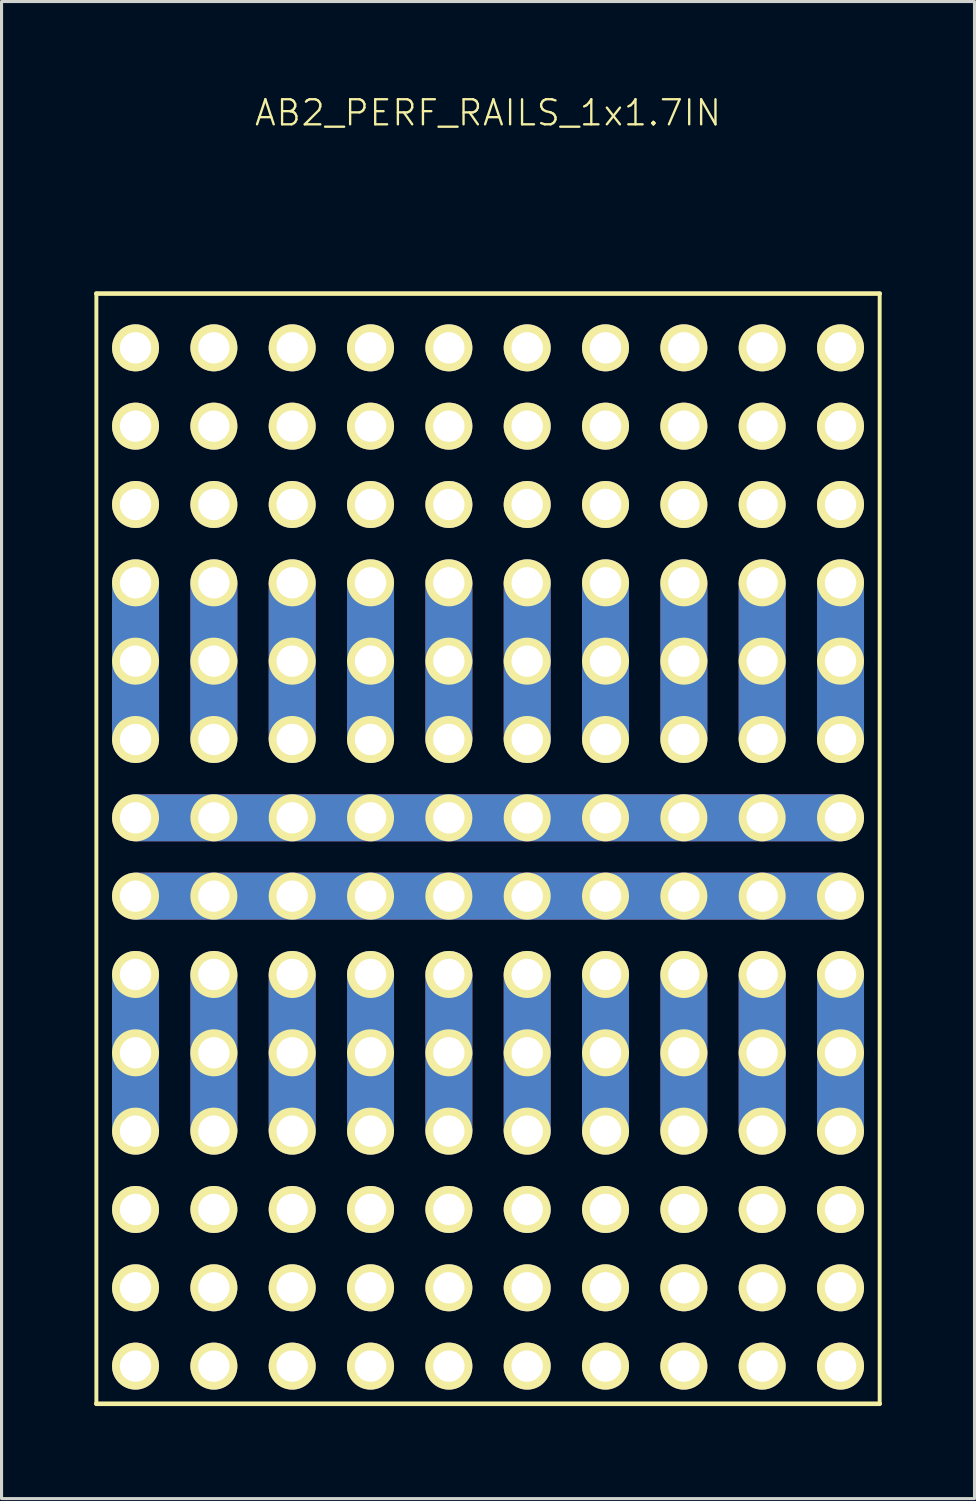
<source format=kicad_pcb>
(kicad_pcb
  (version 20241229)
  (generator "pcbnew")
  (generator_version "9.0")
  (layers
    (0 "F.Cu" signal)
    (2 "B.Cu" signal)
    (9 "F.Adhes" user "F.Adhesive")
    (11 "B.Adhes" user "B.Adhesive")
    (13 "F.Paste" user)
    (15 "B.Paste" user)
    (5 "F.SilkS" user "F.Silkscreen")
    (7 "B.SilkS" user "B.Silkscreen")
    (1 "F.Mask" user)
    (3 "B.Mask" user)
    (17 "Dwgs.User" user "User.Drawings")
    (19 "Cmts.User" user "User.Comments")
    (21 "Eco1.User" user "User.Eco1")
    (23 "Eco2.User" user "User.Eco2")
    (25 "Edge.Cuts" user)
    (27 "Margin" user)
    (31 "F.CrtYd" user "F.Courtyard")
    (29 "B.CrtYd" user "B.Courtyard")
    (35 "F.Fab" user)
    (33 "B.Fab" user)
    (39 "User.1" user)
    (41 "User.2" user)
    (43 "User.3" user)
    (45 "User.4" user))
  (footprint "AB2_PERF_RAILS_1x1.7IN"
    (layer "F.Cu")
    (at 12.775 23.469)
    (property "Reference" "AB2_PERF_RAILS_1x1.7IN" (at 0 -22.86 0) (layer "F.SilkS") (effects (font (size 0.813 0.813) (thickness 0.076))))
    (attr through_hole)
    (fp_line (start -12.7 -17) (end 12.7 -17) (stroke (width 0.15) (type solid)) (layer "F.SilkS"))
    (fp_line (start -12.7 19) (end -12.7 -17) (stroke (width 0.127) (type solid)) (layer "F.SilkS"))
    (fp_line (start -12.7 19) (end 12.7 19) (stroke (width 0.15) (type solid)) (layer "F.SilkS"))
    (fp_line (start 12.7 19) (end 12.7 -17) (stroke (width 0.127) (type solid)) (layer "F.SilkS"))
    (pad "1" thru_hole circle (at -11.43 17.78) (size 1.524 1.524) (drill 1.016) (layers "*.Cu" "*.Mask" "F.SilkS"))
    (pad "1" thru_hole circle (at -8.89 17.78) (size 1.524 1.524) (drill 1.016) (layers "*.Cu" "*.Mask" "F.SilkS"))
    (pad "1" thru_hole circle (at -6.35 17.78) (size 1.524 1.524) (drill 1.016) (layers "*.Cu" "*.Mask" "F.SilkS"))
    (pad "1" thru_hole circle (at -3.81 17.78) (size 1.524 1.524) (drill 1.016) (layers "*.Cu" "*.Mask" "F.SilkS"))
    (pad "1" thru_hole circle (at -1.27 17.78) (size 1.524 1.524) (drill 1.016) (layers "*.Cu" "*.Mask" "F.SilkS"))
    (pad "1" thru_hole circle (at 1.27 17.78) (size 1.524 1.524) (drill 1.016) (layers "*.Cu" "*.Mask" "F.SilkS"))
    (pad "1" thru_hole circle (at 3.81 17.78) (size 1.524 1.524) (drill 1.016) (layers "*.Cu" "*.Mask" "F.SilkS"))
    (pad "1" thru_hole circle (at 6.35 17.78) (size 1.524 1.524) (drill 1.016) (layers "*.Cu" "*.Mask" "F.SilkS"))
    (pad "1" thru_hole circle (at 8.89 17.78) (size 1.524 1.524) (drill 1.016) (layers "*.Cu" "*.Mask" "F.SilkS"))
    (pad "1" thru_hole circle (at 11.43 17.78) (size 1.524 1.524) (drill 1.016) (layers "*.Cu" "*.Mask" "F.SilkS"))
    (pad "2" thru_hole circle (at -11.43 15.24) (size 1.524 1.524) (drill 1.016) (layers "*.Cu" "*.Mask" "F.SilkS"))
    (pad "2" thru_hole circle (at -8.89 15.24) (size 1.524 1.524) (drill 1.016) (layers "*.Cu" "*.Mask" "F.SilkS"))
    (pad "2" thru_hole circle (at -6.35 15.24) (size 1.524 1.524) (drill 1.016) (layers "*.Cu" "*.Mask" "F.SilkS"))
    (pad "2" thru_hole circle (at -3.81 15.24) (size 1.524 1.524) (drill 1.016) (layers "*.Cu" "*.Mask" "F.SilkS"))
    (pad "2" thru_hole circle (at -1.27 15.24) (size 1.524 1.524) (drill 1.016) (layers "*.Cu" "*.Mask" "F.SilkS"))
    (pad "2" thru_hole circle (at 1.27 15.24) (size 1.524 1.524) (drill 1.016) (layers "*.Cu" "*.Mask" "F.SilkS"))
    (pad "2" thru_hole circle (at 3.81 15.24) (size 1.524 1.524) (drill 1.016) (layers "*.Cu" "*.Mask" "F.SilkS"))
    (pad "2" thru_hole circle (at 6.35 15.24) (size 1.524 1.524) (drill 1.016) (layers "*.Cu" "*.Mask" "F.SilkS"))
    (pad "2" thru_hole circle (at 8.89 15.24) (size 1.524 1.524) (drill 1.016) (layers "*.Cu" "*.Mask" "F.SilkS"))
    (pad "2" thru_hole circle (at 11.43 15.24) (size 1.524 1.524) (drill 1.016) (layers "*.Cu" "*.Mask" "F.SilkS"))
    (pad "3" thru_hole circle (at -11.43 12.7) (size 1.524 1.524) (drill 1.016) (layers "*.Cu" "*.Mask" "F.SilkS"))
    (pad "3" thru_hole circle (at -8.89 12.7) (size 1.524 1.524) (drill 1.016) (layers "*.Cu" "*.Mask" "F.SilkS"))
    (pad "3" thru_hole circle (at -6.35 12.7) (size 1.524 1.524) (drill 1.016) (layers "*.Cu" "*.Mask" "F.SilkS"))
    (pad "3" thru_hole circle (at -3.81 12.7) (size 1.524 1.524) (drill 1.016) (layers "*.Cu" "*.Mask" "F.SilkS"))
    (pad "3" thru_hole circle (at -1.27 12.7) (size 1.524 1.524) (drill 1.016) (layers "*.Cu" "*.Mask" "F.SilkS"))
    (pad "3" thru_hole circle (at 1.27 12.7) (size 1.524 1.524) (drill 1.016) (layers "*.Cu" "*.Mask" "F.SilkS"))
    (pad "3" thru_hole circle (at 3.81 12.7) (size 1.524 1.524) (drill 1.016) (layers "*.Cu" "*.Mask" "F.SilkS"))
    (pad "3" thru_hole circle (at 6.35 12.7) (size 1.524 1.524) (drill 1.016) (layers "*.Cu" "*.Mask" "F.SilkS"))
    (pad "3" thru_hole circle (at 8.89 12.7) (size 1.524 1.524) (drill 1.016) (layers "*.Cu" "*.Mask" "F.SilkS"))
    (pad "3" thru_hole circle (at 11.43 12.7) (size 1.524 1.524) (drill 1.016) (layers "*.Cu" "*.Mask" "F.SilkS"))
    (pad "4" thru_hole circle (at -11.43 5.08) (size 1.524 1.524) (drill 1.016) (layers "*.Cu" "*.Mask" "F.SilkS"))
    (pad "4" smd rect (at -11.43 6.35) (size 1.524 2.54) (layers "F.Cu" "F.Mask" "F.Paste"))
    (pad "4" smd rect (at -11.43 6.35) (size 1.524 2.54) (layers "B.Cu" "B.Mask" "B.Paste"))
    (pad "4" thru_hole circle (at -11.43 7.62) (size 1.524 1.524) (drill 1.016) (layers "*.Cu" "*.Mask" "F.SilkS"))
    (pad "4" smd rect (at -11.43 8.89) (size 1.524 2.54) (layers "F.Cu" "F.Mask" "F.Paste"))
    (pad "4" smd rect (at -11.43 8.89) (size 1.524 2.54) (layers "B.Cu" "B.Mask" "B.Paste"))
    (pad "4" thru_hole circle (at -11.43 10.16) (size 1.524 1.524) (drill 1.016) (layers "*.Cu" "*.Mask" "F.SilkS"))
    (pad "4" thru_hole circle (at -8.89 5.08) (size 1.524 1.524) (drill 1.016) (layers "*.Cu" "*.Mask" "F.SilkS"))
    (pad "4" smd rect (at -8.89 6.35) (size 1.524 2.54) (layers "F.Cu" "F.Mask" "F.Paste"))
    (pad "4" smd rect (at -8.89 6.35) (size 1.524 2.54) (layers "B.Cu" "B.Mask" "B.Paste"))
    (pad "4" thru_hole circle (at -8.89 7.62) (size 1.524 1.524) (drill 1.016) (layers "*.Cu" "*.Mask" "F.SilkS"))
    (pad "4" smd rect (at -8.89 8.89) (size 1.524 2.54) (layers "F.Cu" "F.Mask" "F.Paste"))
    (pad "4" smd rect (at -8.89 8.89) (size 1.524 2.54) (layers "B.Cu" "B.Mask" "B.Paste"))
    (pad "4" thru_hole circle (at -8.89 10.16) (size 1.524 1.524) (drill 1.016) (layers "*.Cu" "*.Mask" "F.SilkS"))
    (pad "4" thru_hole circle (at -6.35 5.08) (size 1.524 1.524) (drill 1.016) (layers "*.Cu" "*.Mask" "F.SilkS"))
    (pad "4" smd rect (at -6.35 6.35) (size 1.524 2.54) (layers "F.Cu" "F.Mask" "F.Paste"))
    (pad "4" smd rect (at -6.35 6.35) (size 1.524 2.54) (layers "B.Cu" "B.Mask" "B.Paste"))
    (pad "4" thru_hole circle (at -6.35 7.62) (size 1.524 1.524) (drill 1.016) (layers "*.Cu" "*.Mask" "F.SilkS"))
    (pad "4" smd rect (at -6.35 8.89) (size 1.524 2.54) (layers "F.Cu" "F.Mask" "F.Paste"))
    (pad "4" smd rect (at -6.35 8.89) (size 1.524 2.54) (layers "B.Cu" "B.Mask" "B.Paste"))
    (pad "4" thru_hole circle (at -6.35 10.16) (size 1.524 1.524) (drill 1.016) (layers "*.Cu" "*.Mask" "F.SilkS"))
    (pad "4" thru_hole circle (at -3.81 5.08) (size 1.524 1.524) (drill 1.016) (layers "*.Cu" "*.Mask" "F.SilkS"))
    (pad "4" smd rect (at -3.81 6.35) (size 1.524 2.54) (layers "F.Cu" "F.Mask" "F.Paste"))
    (pad "4" smd rect (at -3.81 6.35) (size 1.524 2.54) (layers "B.Cu" "B.Mask" "B.Paste"))
    (pad "4" thru_hole circle (at -3.81 7.62) (size 1.524 1.524) (drill 1.016) (layers "*.Cu" "*.Mask" "F.SilkS"))
    (pad "4" smd rect (at -3.81 8.89) (size 1.524 2.54) (layers "F.Cu" "F.Mask" "F.Paste"))
    (pad "4" smd rect (at -3.81 8.89) (size 1.524 2.54) (layers "B.Cu" "B.Mask" "B.Paste"))
    (pad "4" thru_hole circle (at -3.81 10.16) (size 1.524 1.524) (drill 1.016) (layers "*.Cu" "*.Mask" "F.SilkS"))
    (pad "4" thru_hole circle (at -1.27 5.08) (size 1.524 1.524) (drill 1.016) (layers "*.Cu" "*.Mask" "F.SilkS"))
    (pad "4" smd rect (at -1.27 6.35) (size 1.524 2.54) (layers "F.Cu" "F.Mask" "F.Paste"))
    (pad "4" smd rect (at -1.27 6.35) (size 1.524 2.54) (layers "B.Cu" "B.Mask" "B.Paste"))
    (pad "4" thru_hole circle (at -1.27 7.62) (size 1.524 1.524) (drill 1.016) (layers "*.Cu" "*.Mask" "F.SilkS"))
    (pad "4" smd rect (at -1.27 8.89) (size 1.524 2.54) (layers "F.Cu" "F.Mask" "F.Paste"))
    (pad "4" smd rect (at -1.27 8.89) (size 1.524 2.54) (layers "B.Cu" "B.Mask" "B.Paste"))
    (pad "4" thru_hole circle (at -1.27 10.16) (size 1.524 1.524) (drill 1.016) (layers "*.Cu" "*.Mask" "F.SilkS"))
    (pad "4" thru_hole circle (at 1.27 5.08) (size 1.524 1.524) (drill 1.016) (layers "*.Cu" "*.Mask" "F.SilkS"))
    (pad "4" smd rect (at 1.27 6.35) (size 1.524 2.54) (layers "F.Cu" "F.Mask" "F.Paste"))
    (pad "4" smd rect (at 1.27 6.35) (size 1.524 2.54) (layers "B.Cu" "B.Mask" "B.Paste"))
    (pad "4" thru_hole circle (at 1.27 7.62) (size 1.524 1.524) (drill 1.016) (layers "*.Cu" "*.Mask" "F.SilkS"))
    (pad "4" smd rect (at 1.27 8.89) (size 1.524 2.54) (layers "F.Cu" "F.Mask" "F.Paste"))
    (pad "4" smd rect (at 1.27 8.89) (size 1.524 2.54) (layers "B.Cu" "B.Mask" "B.Paste"))
    (pad "4" thru_hole circle (at 1.27 10.16) (size 1.524 1.524) (drill 1.016) (layers "*.Cu" "*.Mask" "F.SilkS"))
    (pad "4" thru_hole circle (at 3.81 5.08) (size 1.524 1.524) (drill 1.016) (layers "*.Cu" "*.Mask" "F.SilkS"))
    (pad "4" smd rect (at 3.81 6.35) (size 1.524 2.54) (layers "F.Cu" "F.Mask" "F.Paste"))
    (pad "4" smd rect (at 3.81 6.35) (size 1.524 2.54) (layers "B.Cu" "B.Mask" "B.Paste"))
    (pad "4" thru_hole circle (at 3.81 7.62) (size 1.524 1.524) (drill 1.016) (layers "*.Cu" "*.Mask" "F.SilkS"))
    (pad "4" smd rect (at 3.81 8.89) (size 1.524 2.54) (layers "F.Cu" "F.Mask" "F.Paste"))
    (pad "4" smd rect (at 3.81 8.89) (size 1.524 2.54) (layers "B.Cu" "B.Mask" "B.Paste"))
    (pad "4" thru_hole circle (at 3.81 10.16) (size 1.524 1.524) (drill 1.016) (layers "*.Cu" "*.Mask" "F.SilkS"))
    (pad "4" thru_hole circle (at 6.35 5.08) (size 1.524 1.524) (drill 1.016) (layers "*.Cu" "*.Mask" "F.SilkS"))
    (pad "4" smd rect (at 6.35 6.35) (size 1.524 2.54) (layers "F.Cu" "F.Mask" "F.Paste"))
    (pad "4" smd rect (at 6.35 6.35) (size 1.524 2.54) (layers "B.Cu" "B.Mask" "B.Paste"))
    (pad "4" thru_hole circle (at 6.35 7.62) (size 1.524 1.524) (drill 1.016) (layers "*.Cu" "*.Mask" "F.SilkS"))
    (pad "4" smd rect (at 6.35 8.89) (size 1.524 2.54) (layers "F.Cu" "F.Mask" "F.Paste"))
    (pad "4" smd rect (at 6.35 8.89) (size 1.524 2.54) (layers "B.Cu" "B.Mask" "B.Paste"))
    (pad "4" thru_hole circle (at 6.35 10.16) (size 1.524 1.524) (drill 1.016) (layers "*.Cu" "*.Mask" "F.SilkS"))
    (pad "4" thru_hole circle (at 8.89 5.08) (size 1.524 1.524) (drill 1.016) (layers "*.Cu" "*.Mask" "F.SilkS"))
    (pad "4" smd rect (at 8.89 6.35) (size 1.524 2.54) (layers "F.Cu" "F.Mask" "F.Paste"))
    (pad "4" smd rect (at 8.89 6.35) (size 1.524 2.54) (layers "B.Cu" "B.Mask" "B.Paste"))
    (pad "4" thru_hole circle (at 8.89 7.62) (size 1.524 1.524) (drill 1.016) (layers "*.Cu" "*.Mask" "F.SilkS"))
    (pad "4" smd rect (at 8.89 8.89) (size 1.524 2.54) (layers "F.Cu" "F.Mask" "F.Paste"))
    (pad "4" smd rect (at 8.89 8.89) (size 1.524 2.54) (layers "B.Cu" "B.Mask" "B.Paste"))
    (pad "4" thru_hole circle (at 8.89 10.16) (size 1.524 1.524) (drill 1.016) (layers "*.Cu" "*.Mask" "F.SilkS"))
    (pad "4" thru_hole circle (at 11.43 5.08) (size 1.524 1.524) (drill 1.016) (layers "*.Cu" "*.Mask" "F.SilkS"))
    (pad "4" smd rect (at 11.43 6.35) (size 1.524 2.54) (layers "F.Cu" "F.Mask" "F.Paste"))
    (pad "4" smd rect (at 11.43 6.35) (size 1.524 2.54) (layers "B.Cu" "B.Mask" "B.Paste"))
    (pad "4" thru_hole circle (at 11.43 7.62) (size 1.524 1.524) (drill 1.016) (layers "*.Cu" "*.Mask" "F.SilkS"))
    (pad "4" smd rect (at 11.43 8.89) (size 1.524 2.54) (layers "F.Cu" "F.Mask" "F.Paste"))
    (pad "4" smd rect (at 11.43 8.89) (size 1.524 2.54) (layers "B.Cu" "B.Mask" "B.Paste"))
    (pad "4" thru_hole circle (at 11.43 10.16) (size 1.524 1.524) (drill 1.016) (layers "*.Cu" "*.Mask" "F.SilkS"))
    (pad "5" thru_hole circle (at -11.43 2.54) (size 1.524 1.524) (drill 1.016) (layers "*.Cu" "*.Mask" "F.SilkS"))
    (pad "5" smd rect (at -10.16 2.54 90) (size 1.524 2.54) (layers "F.Cu" "F.Mask" "F.Paste"))
    (pad "5" smd rect (at -10.16 2.54 90) (size 1.524 2.54) (layers "B.Cu" "B.Mask" "B.Paste"))
    (pad "5" thru_hole circle (at -8.89 2.54) (size 1.524 1.524) (drill 1.016) (layers "*.Cu" "*.Mask" "F.SilkS"))
    (pad "5" smd rect (at -7.62 2.54 90) (size 1.524 2.54) (layers "F.Cu" "F.Mask" "F.Paste"))
    (pad "5" smd rect (at -7.62 2.54 90) (size 1.524 2.54) (layers "B.Cu" "B.Mask" "B.Paste"))
    (pad "5" thru_hole circle (at -6.35 2.54) (size 1.524 1.524) (drill 1.016) (layers "*.Cu" "*.Mask" "F.SilkS"))
    (pad "5" smd rect (at -5.08 2.54 90) (size 1.524 2.54) (layers "F.Cu" "F.Mask" "F.Paste"))
    (pad "5" smd rect (at -5.08 2.54 90) (size 1.524 2.54) (layers "B.Cu" "B.Mask" "B.Paste"))
    (pad "5" thru_hole circle (at -3.81 2.54) (size 1.524 1.524) (drill 1.016) (layers "*.Cu" "*.Mask" "F.SilkS"))
    (pad "5" smd rect (at -2.54 2.54 90) (size 1.524 2.54) (layers "F.Cu" "F.Mask" "F.Paste"))
    (pad "5" smd rect (at -2.54 2.54 90) (size 1.524 2.54) (layers "B.Cu" "B.Mask" "B.Paste"))
    (pad "5" thru_hole circle (at -1.27 2.54) (size 1.524 1.524) (drill 1.016) (layers "*.Cu" "*.Mask" "F.SilkS"))
    (pad "5" smd rect (at 0 2.54 90) (size 1.524 2.54) (layers "F.Cu" "F.Mask" "F.Paste"))
    (pad "5" smd rect (at 0 2.54 90) (size 1.524 2.54) (layers "B.Cu" "B.Mask" "B.Paste"))
    (pad "5" thru_hole circle (at 1.27 2.54) (size 1.524 1.524) (drill 1.016) (layers "*.Cu" "*.Mask" "F.SilkS"))
    (pad "5" smd rect (at 2.54 2.54 90) (size 1.524 2.54) (layers "F.Cu" "F.Mask" "F.Paste"))
    (pad "5" smd rect (at 2.54 2.54 90) (size 1.524 2.54) (layers "B.Cu" "B.Mask" "B.Paste"))
    (pad "5" thru_hole circle (at 3.81 2.54) (size 1.524 1.524) (drill 1.016) (layers "*.Cu" "*.Mask" "F.SilkS"))
    (pad "5" smd rect (at 5.08 2.54 90) (size 1.524 2.54) (layers "F.Cu" "F.Mask" "F.Paste"))
    (pad "5" smd rect (at 5.08 2.54 90) (size 1.524 2.54) (layers "B.Cu" "B.Mask" "B.Paste"))
    (pad "5" thru_hole circle (at 6.35 2.54) (size 1.524 1.524) (drill 1.016) (layers "*.Cu" "*.Mask" "F.SilkS"))
    (pad "5" smd rect (at 7.62 2.54 90) (size 1.524 2.54) (layers "F.Cu" "F.Mask" "F.Paste"))
    (pad "5" smd rect (at 7.62 2.54 90) (size 1.524 2.54) (layers "B.Cu" "B.Mask" "B.Paste"))
    (pad "5" thru_hole circle (at 8.89 2.54) (size 1.524 1.524) (drill 1.016) (layers "*.Cu" "*.Mask" "F.SilkS"))
    (pad "5" smd rect (at 10.16 2.54 90) (size 1.524 2.54) (layers "F.Cu" "F.Mask" "F.Paste"))
    (pad "5" smd rect (at 10.16 2.54 90) (size 1.524 2.54) (layers "B.Cu" "B.Mask" "B.Paste"))
    (pad "5" thru_hole circle (at 11.43 2.54) (size 1.524 1.524) (drill 1.016) (layers "*.Cu" "*.Mask" "F.SilkS"))
    (pad "6" thru_hole circle (at -11.43 0) (size 1.524 1.524) (drill 1.016) (layers "*.Cu" "*.Mask" "F.SilkS"))
    (pad "6" smd rect (at -10.16 0 90) (size 1.524 2.54) (layers "F.Cu" "F.Mask" "F.Paste"))
    (pad "6" smd rect (at -10.16 0 90) (size 1.524 2.54) (layers "B.Cu" "B.Mask" "B.Paste"))
    (pad "6" thru_hole circle (at -8.89 0) (size 1.524 1.524) (drill 1.016) (layers "*.Cu" "*.Mask" "F.SilkS"))
    (pad "6" smd rect (at -7.62 0 90) (size 1.524 2.54) (layers "F.Cu" "F.Mask" "F.Paste"))
    (pad "6" smd rect (at -7.62 0 90) (size 1.524 2.54) (layers "B.Cu" "B.Mask" "B.Paste"))
    (pad "6" thru_hole circle (at -6.35 0) (size 1.524 1.524) (drill 1.016) (layers "*.Cu" "*.Mask" "F.SilkS"))
    (pad "6" smd rect (at -5.08 0 90) (size 1.524 2.54) (layers "F.Cu" "F.Mask" "F.Paste"))
    (pad "6" smd rect (at -5.08 0 90) (size 1.524 2.54) (layers "B.Cu" "B.Mask" "B.Paste"))
    (pad "6" thru_hole circle (at -3.81 0) (size 1.524 1.524) (drill 1.016) (layers "*.Cu" "*.Mask" "F.SilkS"))
    (pad "6" smd rect (at -2.54 0 90) (size 1.524 2.54) (layers "F.Cu" "F.Mask" "F.Paste"))
    (pad "6" smd rect (at -2.54 0 90) (size 1.524 2.54) (layers "B.Cu" "B.Mask" "B.Paste"))
    (pad "6" thru_hole circle (at -1.27 0) (size 1.524 1.524) (drill 1.016) (layers "*.Cu" "*.Mask" "F.SilkS"))
    (pad "6" smd rect (at 0 0 90) (size 1.524 2.54) (layers "F.Cu" "F.Mask" "F.Paste"))
    (pad "6" smd rect (at 0 0 90) (size 1.524 2.54) (layers "B.Cu" "B.Mask" "B.Paste"))
    (pad "6" thru_hole circle (at 1.27 0) (size 1.524 1.524) (drill 1.016) (layers "*.Cu" "*.Mask" "F.SilkS"))
    (pad "6" smd rect (at 2.54 0 90) (size 1.524 2.54) (layers "F.Cu" "F.Mask" "F.Paste"))
    (pad "6" smd rect (at 2.54 0 90) (size 1.524 2.54) (layers "B.Cu" "B.Mask" "B.Paste"))
    (pad "6" thru_hole circle (at 3.81 0) (size 1.524 1.524) (drill 1.016) (layers "*.Cu" "*.Mask" "F.SilkS"))
    (pad "6" smd rect (at 5.08 0 90) (size 1.524 2.54) (layers "F.Cu" "F.Mask" "F.Paste"))
    (pad "6" smd rect (at 5.08 0 90) (size 1.524 2.54) (layers "B.Cu" "B.Mask" "B.Paste"))
    (pad "6" thru_hole circle (at 6.35 0) (size 1.524 1.524) (drill 1.016) (layers "*.Cu" "*.Mask" "F.SilkS"))
    (pad "6" smd rect (at 7.62 0 90) (size 1.524 2.54) (layers "F.Cu" "F.Mask" "F.Paste"))
    (pad "6" smd rect (at 7.62 0 90) (size 1.524 2.54) (layers "B.Cu" "B.Mask" "B.Paste"))
    (pad "6" thru_hole circle (at 8.89 0) (size 1.524 1.524) (drill 1.016) (layers "*.Cu" "*.Mask" "F.SilkS"))
    (pad "6" smd rect (at 10.16 0 90) (size 1.524 2.54) (layers "F.Cu" "F.Mask" "F.Paste"))
    (pad "6" smd rect (at 10.16 0 90) (size 1.524 2.54) (layers "B.Cu" "B.Mask" "B.Paste"))
    (pad "6" thru_hole circle (at 11.43 0) (size 1.524 1.524) (drill 1.016) (layers "*.Cu" "*.Mask" "F.SilkS"))
    (pad "7" thru_hole circle (at -11.43 -7.62) (size 1.524 1.524) (drill 1.016) (layers "*.Cu" "*.Mask" "F.SilkS"))
    (pad "7" smd rect (at -11.43 -6.35) (size 1.524 2.54) (layers "F.Cu" "F.Mask" "F.Paste"))
    (pad "7" smd rect (at -11.43 -6.35) (size 1.524 2.54) (layers "B.Cu" "B.Mask" "B.Paste"))
    (pad "7" thru_hole circle (at -11.43 -5.08) (size 1.524 1.524) (drill 1.016) (layers "*.Cu" "*.Mask" "F.SilkS"))
    (pad "7" smd rect (at -11.43 -3.81) (size 1.524 2.54) (layers "F.Cu" "F.Mask" "F.Paste"))
    (pad "7" smd rect (at -11.43 -3.81) (size 1.524 2.54) (layers "B.Cu" "B.Mask" "B.Paste"))
    (pad "7" thru_hole circle (at -11.43 -2.54) (size 1.524 1.524) (drill 1.016) (layers "*.Cu" "*.Mask" "F.SilkS"))
    (pad "7" thru_hole circle (at -8.89 -7.62) (size 1.524 1.524) (drill 1.016) (layers "*.Cu" "*.Mask" "F.SilkS"))
    (pad "7" smd rect (at -8.89 -6.35) (size 1.524 2.54) (layers "F.Cu" "F.Mask" "F.Paste"))
    (pad "7" smd rect (at -8.89 -6.35) (size 1.524 2.54) (layers "B.Cu" "B.Mask" "B.Paste"))
    (pad "7" thru_hole circle (at -8.89 -5.08) (size 1.524 1.524) (drill 1.016) (layers "*.Cu" "*.Mask" "F.SilkS"))
    (pad "7" smd rect (at -8.89 -3.81) (size 1.524 2.54) (layers "F.Cu" "F.Mask" "F.Paste"))
    (pad "7" smd rect (at -8.89 -3.81) (size 1.524 2.54) (layers "B.Cu" "B.Mask" "B.Paste"))
    (pad "7" thru_hole circle (at -8.89 -2.54) (size 1.524 1.524) (drill 1.016) (layers "*.Cu" "*.Mask" "F.SilkS"))
    (pad "7" thru_hole circle (at -6.35 -7.62) (size 1.524 1.524) (drill 1.016) (layers "*.Cu" "*.Mask" "F.SilkS"))
    (pad "7" smd rect (at -6.35 -6.35) (size 1.524 2.54) (layers "F.Cu" "F.Mask" "F.Paste"))
    (pad "7" smd rect (at -6.35 -6.35) (size 1.524 2.54) (layers "B.Cu" "B.Mask" "B.Paste"))
    (pad "7" thru_hole circle (at -6.35 -5.08) (size 1.524 1.524) (drill 1.016) (layers "*.Cu" "*.Mask" "F.SilkS"))
    (pad "7" smd rect (at -6.35 -3.81) (size 1.524 2.54) (layers "F.Cu" "F.Mask" "F.Paste"))
    (pad "7" smd rect (at -6.35 -3.81) (size 1.524 2.54) (layers "B.Cu" "B.Mask" "B.Paste"))
    (pad "7" thru_hole circle (at -6.35 -2.54) (size 1.524 1.524) (drill 1.016) (layers "*.Cu" "*.Mask" "F.SilkS"))
    (pad "7" thru_hole circle (at -3.81 -7.62) (size 1.524 1.524) (drill 1.016) (layers "*.Cu" "*.Mask" "F.SilkS"))
    (pad "7" smd rect (at -3.81 -6.35) (size 1.524 2.54) (layers "F.Cu" "F.Mask" "F.Paste"))
    (pad "7" smd rect (at -3.81 -6.35) (size 1.524 2.54) (layers "B.Cu" "B.Mask" "B.Paste"))
    (pad "7" thru_hole circle (at -3.81 -5.08) (size 1.524 1.524) (drill 1.016) (layers "*.Cu" "*.Mask" "F.SilkS"))
    (pad "7" smd rect (at -3.81 -3.81) (size 1.524 2.54) (layers "F.Cu" "F.Mask" "F.Paste"))
    (pad "7" smd rect (at -3.81 -3.81) (size 1.524 2.54) (layers "B.Cu" "B.Mask" "B.Paste"))
    (pad "7" thru_hole circle (at -3.81 -2.54) (size 1.524 1.524) (drill 1.016) (layers "*.Cu" "*.Mask" "F.SilkS"))
    (pad "7" thru_hole circle (at -1.27 -7.62) (size 1.524 1.524) (drill 1.016) (layers "*.Cu" "*.Mask" "F.SilkS"))
    (pad "7" smd rect (at -1.27 -6.35) (size 1.524 2.54) (layers "F.Cu" "F.Mask" "F.Paste"))
    (pad "7" smd rect (at -1.27 -6.35) (size 1.524 2.54) (layers "B.Cu" "B.Mask" "B.Paste"))
    (pad "7" thru_hole circle (at -1.27 -5.08) (size 1.524 1.524) (drill 1.016) (layers "*.Cu" "*.Mask" "F.SilkS"))
    (pad "7" smd rect (at -1.27 -3.81) (size 1.524 2.54) (layers "F.Cu" "F.Mask" "F.Paste"))
    (pad "7" smd rect (at -1.27 -3.81) (size 1.524 2.54) (layers "B.Cu" "B.Mask" "B.Paste"))
    (pad "7" thru_hole circle (at -1.27 -2.54) (size 1.524 1.524) (drill 1.016) (layers "*.Cu" "*.Mask" "F.SilkS"))
    (pad "7" thru_hole circle (at 1.27 -7.62) (size 1.524 1.524) (drill 1.016) (layers "*.Cu" "*.Mask" "F.SilkS"))
    (pad "7" smd rect (at 1.27 -6.35) (size 1.524 2.54) (layers "F.Cu" "F.Mask" "F.Paste"))
    (pad "7" smd rect (at 1.27 -6.35) (size 1.524 2.54) (layers "B.Cu" "B.Mask" "B.Paste"))
    (pad "7" thru_hole circle (at 1.27 -5.08) (size 1.524 1.524) (drill 1.016) (layers "*.Cu" "*.Mask" "F.SilkS"))
    (pad "7" smd rect (at 1.27 -3.81) (size 1.524 2.54) (layers "F.Cu" "F.Mask" "F.Paste"))
    (pad "7" smd rect (at 1.27 -3.81) (size 1.524 2.54) (layers "B.Cu" "B.Mask" "B.Paste"))
    (pad "7" thru_hole circle (at 1.27 -2.54) (size 1.524 1.524) (drill 1.016) (layers "*.Cu" "*.Mask" "F.SilkS"))
    (pad "7" thru_hole circle (at 3.81 -7.62) (size 1.524 1.524) (drill 1.016) (layers "*.Cu" "*.Mask" "F.SilkS"))
    (pad "7" smd rect (at 3.81 -6.35) (size 1.524 2.54) (layers "F.Cu" "F.Mask" "F.Paste"))
    (pad "7" smd rect (at 3.81 -6.35) (size 1.524 2.54) (layers "B.Cu" "B.Mask" "B.Paste"))
    (pad "7" thru_hole circle (at 3.81 -5.08) (size 1.524 1.524) (drill 1.016) (layers "*.Cu" "*.Mask" "F.SilkS"))
    (pad "7" smd rect (at 3.81 -3.81) (size 1.524 2.54) (layers "F.Cu" "F.Mask" "F.Paste"))
    (pad "7" smd rect (at 3.81 -3.81) (size 1.524 2.54) (layers "B.Cu" "B.Mask" "B.Paste"))
    (pad "7" thru_hole circle (at 3.81 -2.54) (size 1.524 1.524) (drill 1.016) (layers "*.Cu" "*.Mask" "F.SilkS"))
    (pad "7" thru_hole circle (at 6.35 -7.62) (size 1.524 1.524) (drill 1.016) (layers "*.Cu" "*.Mask" "F.SilkS"))
    (pad "7" smd rect (at 6.35 -6.35) (size 1.524 2.54) (layers "F.Cu" "F.Mask" "F.Paste"))
    (pad "7" smd rect (at 6.35 -6.35) (size 1.524 2.54) (layers "B.Cu" "B.Mask" "B.Paste"))
    (pad "7" thru_hole circle (at 6.35 -5.08) (size 1.524 1.524) (drill 1.016) (layers "*.Cu" "*.Mask" "F.SilkS"))
    (pad "7" smd rect (at 6.35 -3.81) (size 1.524 2.54) (layers "F.Cu" "F.Mask" "F.Paste"))
    (pad "7" smd rect (at 6.35 -3.81) (size 1.524 2.54) (layers "B.Cu" "B.Mask" "B.Paste"))
    (pad "7" thru_hole circle (at 6.35 -2.54) (size 1.524 1.524) (drill 1.016) (layers "*.Cu" "*.Mask" "F.SilkS"))
    (pad "7" thru_hole circle (at 8.89 -7.62) (size 1.524 1.524) (drill 1.016) (layers "*.Cu" "*.Mask" "F.SilkS"))
    (pad "7" smd rect (at 8.89 -6.35) (size 1.524 2.54) (layers "F.Cu" "F.Mask" "F.Paste"))
    (pad "7" smd rect (at 8.89 -6.35) (size 1.524 2.54) (layers "B.Cu" "B.Mask" "B.Paste"))
    (pad "7" thru_hole circle (at 8.89 -5.08) (size 1.524 1.524) (drill 1.016) (layers "*.Cu" "*.Mask" "F.SilkS"))
    (pad "7" smd rect (at 8.89 -3.81) (size 1.524 2.54) (layers "F.Cu" "F.Mask" "F.Paste"))
    (pad "7" smd rect (at 8.89 -3.81) (size 1.524 2.54) (layers "B.Cu" "B.Mask" "B.Paste"))
    (pad "7" thru_hole circle (at 8.89 -2.54) (size 1.524 1.524) (drill 1.016) (layers "*.Cu" "*.Mask" "F.SilkS"))
    (pad "7" thru_hole circle (at 11.43 -7.62) (size 1.524 1.524) (drill 1.016) (layers "*.Cu" "*.Mask" "F.SilkS"))
    (pad "7" smd rect (at 11.43 -6.35) (size 1.524 2.54) (layers "F.Cu" "F.Mask" "F.Paste"))
    (pad "7" smd rect (at 11.43 -6.35) (size 1.524 2.54) (layers "B.Cu" "B.Mask" "B.Paste"))
    (pad "7" thru_hole circle (at 11.43 -5.08) (size 1.524 1.524) (drill 1.016) (layers "*.Cu" "*.Mask" "F.SilkS"))
    (pad "7" smd rect (at 11.43 -3.81) (size 1.524 2.54) (layers "F.Cu" "F.Mask" "F.Paste"))
    (pad "7" smd rect (at 11.43 -3.81) (size 1.524 2.54) (layers "B.Cu" "B.Mask" "B.Paste"))
    (pad "7" thru_hole circle (at 11.43 -2.54) (size 1.524 1.524) (drill 1.016) (layers "*.Cu" "*.Mask" "F.SilkS"))
    (pad "8" thru_hole circle (at -11.43 -10.16) (size 1.524 1.524) (drill 1.016) (layers "*.Cu" "*.Mask" "F.SilkS"))
    (pad "8" thru_hole circle (at -8.89 -10.16) (size 1.524 1.524) (drill 1.016) (layers "*.Cu" "*.Mask" "F.SilkS"))
    (pad "8" thru_hole circle (at -6.35 -10.16) (size 1.524 1.524) (drill 1.016) (layers "*.Cu" "*.Mask" "F.SilkS"))
    (pad "8" thru_hole circle (at -3.81 -10.16) (size 1.524 1.524) (drill 1.016) (layers "*.Cu" "*.Mask" "F.SilkS"))
    (pad "8" thru_hole circle (at -1.27 -10.16) (size 1.524 1.524) (drill 1.016) (layers "*.Cu" "*.Mask" "F.SilkS"))
    (pad "8" thru_hole circle (at 1.27 -10.16) (size 1.524 1.524) (drill 1.016) (layers "*.Cu" "*.Mask" "F.SilkS"))
    (pad "8" thru_hole circle (at 3.81 -10.16) (size 1.524 1.524) (drill 1.016) (layers "*.Cu" "*.Mask" "F.SilkS"))
    (pad "8" thru_hole circle (at 6.35 -10.16) (size 1.524 1.524) (drill 1.016) (layers "*.Cu" "*.Mask" "F.SilkS"))
    (pad "8" thru_hole circle (at 8.89 -10.16) (size 1.524 1.524) (drill 1.016) (layers "*.Cu" "*.Mask" "F.SilkS"))
    (pad "8" thru_hole circle (at 11.43 -10.16) (size 1.524 1.524) (drill 1.016) (layers "*.Cu" "*.Mask" "F.SilkS"))
    (pad "9" thru_hole circle (at -11.43 -12.7) (size 1.524 1.524) (drill 1.016) (layers "*.Cu" "*.Mask" "F.SilkS"))
    (pad "9" thru_hole circle (at -8.89 -12.7) (size 1.524 1.524) (drill 1.016) (layers "*.Cu" "*.Mask" "F.SilkS"))
    (pad "9" thru_hole circle (at -6.35 -12.7) (size 1.524 1.524) (drill 1.016) (layers "*.Cu" "*.Mask" "F.SilkS"))
    (pad "9" thru_hole circle (at -3.81 -12.7) (size 1.524 1.524) (drill 1.016) (layers "*.Cu" "*.Mask" "F.SilkS"))
    (pad "9" thru_hole circle (at -1.27 -12.7) (size 1.524 1.524) (drill 1.016) (layers "*.Cu" "*.Mask" "F.SilkS"))
    (pad "9" thru_hole circle (at 1.27 -12.7) (size 1.524 1.524) (drill 1.016) (layers "*.Cu" "*.Mask" "F.SilkS"))
    (pad "9" thru_hole circle (at 3.81 -12.7) (size 1.524 1.524) (drill 1.016) (layers "*.Cu" "*.Mask" "F.SilkS"))
    (pad "9" thru_hole circle (at 6.35 -12.7) (size 1.524 1.524) (drill 1.016) (layers "*.Cu" "*.Mask" "F.SilkS"))
    (pad "9" thru_hole circle (at 8.89 -12.7) (size 1.524 1.524) (drill 1.016) (layers "*.Cu" "*.Mask" "F.SilkS"))
    (pad "9" thru_hole circle (at 11.43 -12.7) (size 1.524 1.524) (drill 1.016) (layers "*.Cu" "*.Mask" "F.SilkS"))
    (pad "10" thru_hole circle (at -11.43 -15.24) (size 1.524 1.524) (drill 1.016) (layers "*.Cu" "*.Mask" "F.SilkS"))
    (pad "10" thru_hole circle (at -8.89 -15.24) (size 1.524 1.524) (drill 1.016) (layers "*.Cu" "*.Mask" "F.SilkS"))
    (pad "10" thru_hole circle (at -6.35 -15.24) (size 1.524 1.524) (drill 1.016) (layers "*.Cu" "*.Mask" "F.SilkS"))
    (pad "10" thru_hole circle (at -3.81 -15.24) (size 1.524 1.524) (drill 1.016) (layers "*.Cu" "*.Mask" "F.SilkS"))
    (pad "10" thru_hole circle (at -1.27 -15.24) (size 1.524 1.524) (drill 1.016) (layers "*.Cu" "*.Mask" "F.SilkS"))
    (pad "10" thru_hole circle (at 1.27 -15.24) (size 1.524 1.524) (drill 1.016) (layers "*.Cu" "*.Mask" "F.SilkS"))
    (pad "10" thru_hole circle (at 3.81 -15.24) (size 1.524 1.524) (drill 1.016) (layers "*.Cu" "*.Mask" "F.SilkS"))
    (pad "10" thru_hole circle (at 6.35 -15.24) (size 1.524 1.524) (drill 1.016) (layers "*.Cu" "*.Mask" "F.SilkS"))
    (pad "10" thru_hole circle (at 8.89 -15.24) (size 1.524 1.524) (drill 1.016) (layers "*.Cu" "*.Mask" "F.SilkS"))
    (pad "10" thru_hole circle (at 11.43 -15.24) (size 1.524 1.524) (drill 1.016) (layers "*.Cu" "*.Mask" "F.SilkS")))
  (gr_rect
    (start -3 -3)
    (end 28.55 45.544)
    (stroke (width 0.1) (type default))
    (fill no)
    (layer "Edge.Cuts")))
</source>
